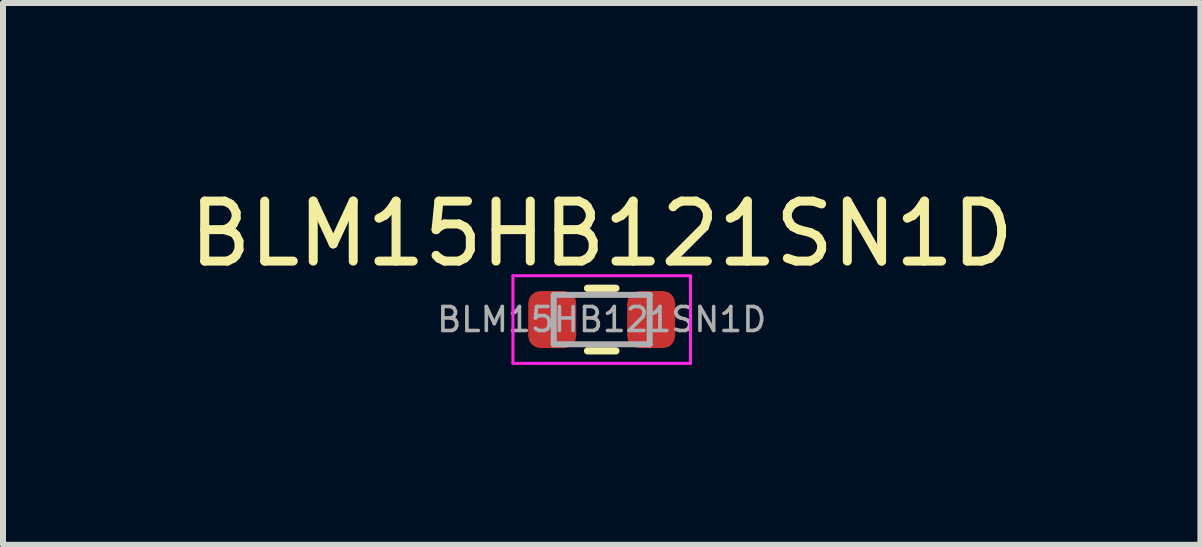
<source format=kicad_pcb>
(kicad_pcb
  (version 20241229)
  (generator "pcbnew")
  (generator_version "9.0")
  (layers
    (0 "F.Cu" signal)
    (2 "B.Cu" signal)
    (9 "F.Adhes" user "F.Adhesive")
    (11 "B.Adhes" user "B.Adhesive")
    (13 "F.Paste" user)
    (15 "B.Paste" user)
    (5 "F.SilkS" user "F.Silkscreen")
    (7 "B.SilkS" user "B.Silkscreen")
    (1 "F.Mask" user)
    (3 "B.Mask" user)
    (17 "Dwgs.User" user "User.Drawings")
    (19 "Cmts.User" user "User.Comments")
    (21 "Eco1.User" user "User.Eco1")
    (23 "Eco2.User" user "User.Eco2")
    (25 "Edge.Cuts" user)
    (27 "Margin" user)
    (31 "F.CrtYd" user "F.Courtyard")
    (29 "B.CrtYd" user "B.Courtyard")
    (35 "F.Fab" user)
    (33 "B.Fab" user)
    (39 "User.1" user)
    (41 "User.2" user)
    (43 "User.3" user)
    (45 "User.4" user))
  (footprint "BLM15HB121SN1D"
    (layer "F.Cu")
    (at 6.982 2.278)
    (property "Reference" "BLM15HB121SN1D" (at 0 -1.43 0) (layer "F.SilkS") (effects (font (size 1 1) (thickness 0.15))))
    (attr smd)
    (fp_line (start -0.237 -0.522) (end 0.237 -0.522) (stroke (width 0.12) (type solid)) (layer "F.SilkS"))
    (fp_line (start -0.237 0.522) (end 0.237 0.522) (stroke (width 0.12) (type solid)) (layer "F.SilkS"))
    (fp_line (start -1.48 -0.73) (end 1.48 -0.73) (stroke (width 0.05) (type solid)) (layer "F.CrtYd"))
    (fp_line (start -1.48 0.73) (end -1.48 -0.73) (stroke (width 0.05) (type solid)) (layer "F.CrtYd"))
    (fp_line (start 1.48 -0.73) (end 1.48 0.73) (stroke (width 0.05) (type solid)) (layer "F.CrtYd"))
    (fp_line (start 1.48 0.73) (end -1.48 0.73) (stroke (width 0.05) (type solid)) (layer "F.CrtYd"))
    (fp_line (start -0.8 -0.412) (end 0.8 -0.412) (stroke (width 0.1) (type solid)) (layer "F.Fab"))
    (fp_line (start -0.8 0.412) (end -0.8 -0.412) (stroke (width 0.1) (type solid)) (layer "F.Fab"))
    (fp_line (start 0.8 -0.412) (end 0.8 0.412) (stroke (width 0.1) (type solid)) (layer "F.Fab"))
    (fp_line (start 0.8 0.412) (end -0.8 0.412) (stroke (width 0.1) (type solid)) (layer "F.Fab"))
    (fp_text user "${REFERENCE}" (at 0 0 0) (layer "F.Fab") (effects (font (size 0.4 0.4) (thickness 0.06))))
    (pad "1" smd roundrect (at -0.825 0) (size 0.8 0.95) (layers "F.Cu" "F.Mask" "F.Paste") (roundrect_rratio 0.25))
    (pad "2" smd roundrect (at 0.825 0) (size 0.8 0.95) (layers "F.Cu" "F.Mask" "F.Paste") (roundrect_rratio 0.25)))
  (gr_rect
    (start -3 -3)
    (end 16.964 6.033)
    (stroke (width 0.1) (type default))
    (fill no)
    (layer "Edge.Cuts")))
</source>
